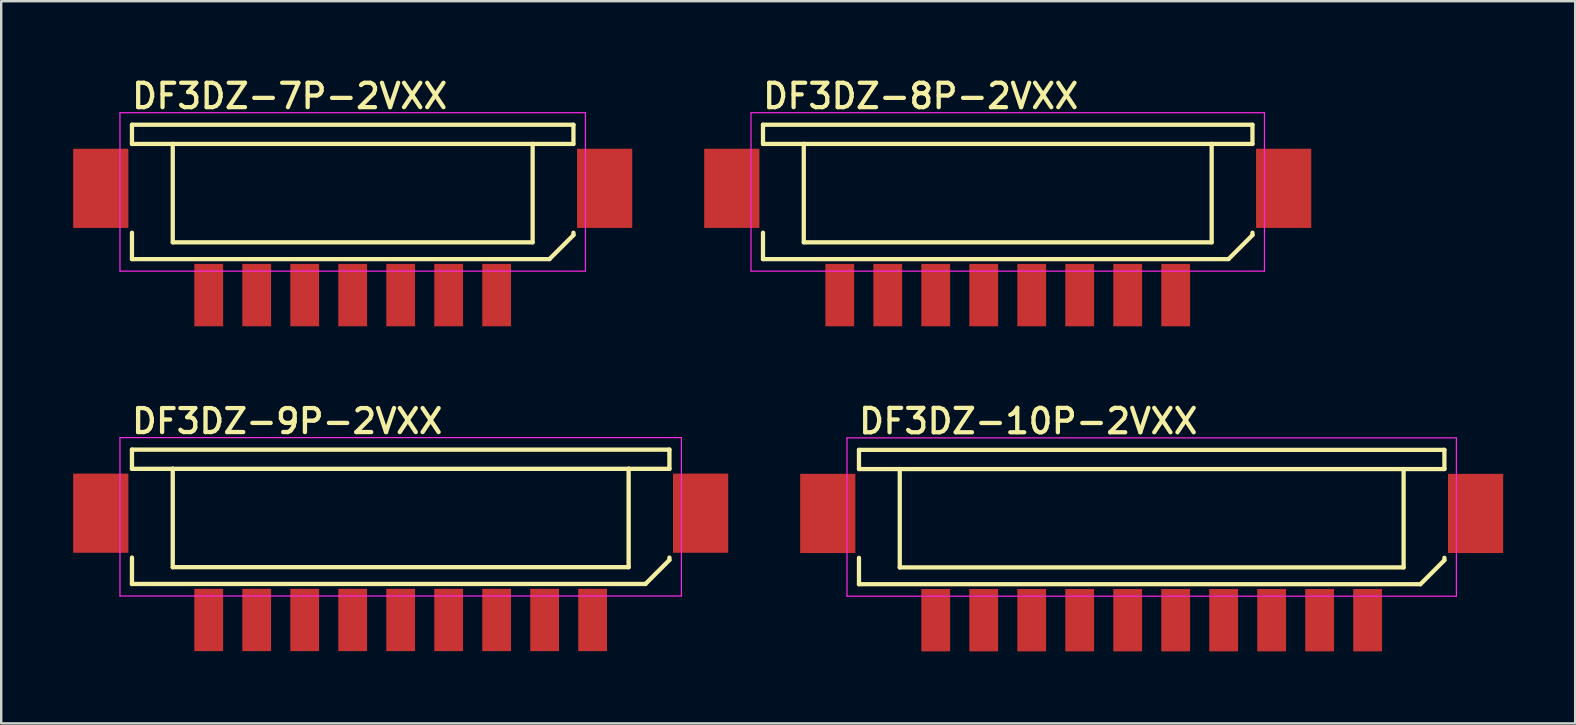
<source format=kicad_pcb>
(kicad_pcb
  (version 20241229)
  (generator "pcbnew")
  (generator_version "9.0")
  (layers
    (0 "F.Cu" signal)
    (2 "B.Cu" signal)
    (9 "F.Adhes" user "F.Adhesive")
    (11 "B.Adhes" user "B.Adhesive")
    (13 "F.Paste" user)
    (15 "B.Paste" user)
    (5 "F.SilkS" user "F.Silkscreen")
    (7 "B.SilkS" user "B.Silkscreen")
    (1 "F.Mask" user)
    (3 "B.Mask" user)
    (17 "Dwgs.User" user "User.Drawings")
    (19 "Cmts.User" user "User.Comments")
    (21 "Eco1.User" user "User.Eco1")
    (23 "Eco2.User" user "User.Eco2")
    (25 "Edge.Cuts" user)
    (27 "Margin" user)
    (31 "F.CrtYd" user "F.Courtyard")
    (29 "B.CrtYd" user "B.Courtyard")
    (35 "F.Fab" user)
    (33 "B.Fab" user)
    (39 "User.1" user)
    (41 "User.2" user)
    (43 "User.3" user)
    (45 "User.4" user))
  (footprint "DF3DZ-10P-2VXX"
    (layer "F.Cu")
    (at 44.95 22.799)
    (property "Reference" "DF3DZ-10P-2VXX" (at -12.3 -7.7 0) (layer "F.SilkS") (effects (font (size 1.016 1.016) (thickness 0.178)) (justify left bottom)))
    (attr through_hole)
    (fp_line (start -12.2 -7.1) (end -12.2 -6.3) (stroke (width 0.178) (type solid)) (layer "F.SilkS"))
    (fp_line (start -12.2 -7.1) (end 12.2 -7.1) (stroke (width 0.178) (type solid)) (layer "F.SilkS"))
    (fp_line (start -12.2 -1.5) (end -12.2 -2.6) (stroke (width 0.178) (type solid)) (layer "F.SilkS"))
    (fp_line (start -12.2 -1.5) (end 11.2 -1.5) (stroke (width 0.178) (type solid)) (layer "F.SilkS"))
    (fp_line (start -10.5 -6.3) (end -12.2 -6.3) (stroke (width 0.178) (type solid)) (layer "F.SilkS"))
    (fp_line (start -10.5 -6.3) (end -10.5 -2.2) (stroke (width 0.178) (type solid)) (layer "F.SilkS"))
    (fp_line (start -10.5 -6.3) (end 10.5 -6.3) (stroke (width 0.178) (type solid)) (layer "F.SilkS"))
    (fp_line (start -10.5 -2.2) (end 10.5 -2.2) (stroke (width 0.178) (type solid)) (layer "F.SilkS"))
    (fp_line (start 10.5 -6.3) (end 12.2 -6.3) (stroke (width 0.178) (type solid)) (layer "F.SilkS"))
    (fp_line (start 10.5 -2.2) (end 10.5 -6.3) (stroke (width 0.178) (type solid)) (layer "F.SilkS"))
    (fp_line (start 11.2 -1.5) (end 12.2 -2.5) (stroke (width 0.178) (type solid)) (layer "F.SilkS"))
    (fp_line (start 12.2 -7.1) (end 12.2 -6.3) (stroke (width 0.178) (type solid)) (layer "F.SilkS"))
    (fp_line (start 12.2 -2.5) (end 12.2 -2.6) (stroke (width 0.178) (type solid)) (layer "F.SilkS"))
    (fp_line (start -12.7 -7.6) (end 12.7 -7.6) (stroke (width 0.05) (type solid)) (layer "F.CrtYd"))
    (fp_line (start -12.7 -1) (end -12.7 -7.6) (stroke (width 0.05) (type solid)) (layer "F.CrtYd"))
    (fp_line (start 12.7 -7.6) (end 12.7 -1) (stroke (width 0.05) (type solid)) (layer "F.CrtYd"))
    (fp_line (start 12.7 -1) (end -12.7 -1) (stroke (width 0.05) (type solid)) (layer "F.CrtYd"))
    (pad "1" smd rect (at 9 0) (size 1.2 2.6) (layers "F.Cu" "F.Mask" "F.Paste"))
    (pad "2" smd rect (at 7 0) (size 1.2 2.6) (layers "F.Cu" "F.Mask" "F.Paste"))
    (pad "3" smd rect (at 5 0 180) (size 1.2 2.6) (layers "F.Cu" "F.Mask" "F.Paste"))
    (pad "4" smd rect (at 3 0 180) (size 1.2 2.6) (layers "F.Cu" "F.Mask" "F.Paste"))
    (pad "5" smd rect (at 1 0 180) (size 1.2 2.6) (layers "F.Cu" "F.Mask" "F.Paste"))
    (pad "6" smd rect (at -1 0 180) (size 1.2 2.6) (layers "F.Cu" "F.Mask" "F.Paste"))
    (pad "7" smd rect (at -3 0 180) (size 1.2 2.6) (layers "F.Cu" "F.Mask" "F.Paste"))
    (pad "8" smd rect (at -5 0 180) (size 1.2 2.6) (layers "F.Cu" "F.Mask" "F.Paste"))
    (pad "9" smd rect (at -7 0 180) (size 1.2 2.6) (layers "F.Cu" "F.Mask" "F.Paste"))
    (pad "10" smd rect (at -9 0 180) (size 1.2 2.6) (layers "F.Cu" "F.Mask" "F.Paste"))
    (pad "TAB" smd rect (at -13.5 -4.45) (size 2.3 3.3) (layers "F.Cu" "F.Mask" "F.Paste"))
    (pad "TAB" smd rect (at 13.5 -4.45) (size 2.3 3.3) (layers "F.Cu" "F.Mask" "F.Paste")))
  (footprint "DF3DZ-8P-2VXX"
    (layer "F.Cu")
    (at 38.95 9.249)
    (property "Reference" "DF3DZ-8P-2VXX" (at -10.3 -7.7 0) (layer "F.SilkS") (effects (font (size 1.016 1.016) (thickness 0.178)) (justify left bottom)))
    (attr through_hole)
    (fp_line (start -10.2 -7.1) (end -10.2 -6.3) (stroke (width 0.178) (type solid)) (layer "F.SilkS"))
    (fp_line (start -10.2 -7.1) (end 10.2 -7.1) (stroke (width 0.178) (type solid)) (layer "F.SilkS"))
    (fp_line (start -10.2 -1.5) (end -10.2 -2.6) (stroke (width 0.178) (type solid)) (layer "F.SilkS"))
    (fp_line (start -10.2 -1.5) (end 9.2 -1.5) (stroke (width 0.178) (type solid)) (layer "F.SilkS"))
    (fp_line (start -8.5 -6.3) (end -10.2 -6.3) (stroke (width 0.178) (type solid)) (layer "F.SilkS"))
    (fp_line (start -8.5 -6.3) (end -8.5 -2.2) (stroke (width 0.178) (type solid)) (layer "F.SilkS"))
    (fp_line (start -8.5 -6.3) (end 8.5 -6.3) (stroke (width 0.178) (type solid)) (layer "F.SilkS"))
    (fp_line (start -8.5 -2.2) (end 8.5 -2.2) (stroke (width 0.178) (type solid)) (layer "F.SilkS"))
    (fp_line (start 8.5 -6.3) (end 10.2 -6.3) (stroke (width 0.178) (type solid)) (layer "F.SilkS"))
    (fp_line (start 8.5 -2.2) (end 8.5 -6.3) (stroke (width 0.178) (type solid)) (layer "F.SilkS"))
    (fp_line (start 9.2 -1.5) (end 10.2 -2.5) (stroke (width 0.178) (type solid)) (layer "F.SilkS"))
    (fp_line (start 10.2 -7.1) (end 10.2 -6.3) (stroke (width 0.178) (type solid)) (layer "F.SilkS"))
    (fp_line (start 10.2 -2.5) (end 10.2 -2.6) (stroke (width 0.178) (type solid)) (layer "F.SilkS"))
    (fp_line (start -10.7 -7.6) (end 10.7 -7.6) (stroke (width 0.05) (type solid)) (layer "F.CrtYd"))
    (fp_line (start -10.7 -1) (end -10.7 -7.6) (stroke (width 0.05) (type solid)) (layer "F.CrtYd"))
    (fp_line (start 10.7 -7.6) (end 10.7 -1) (stroke (width 0.05) (type solid)) (layer "F.CrtYd"))
    (fp_line (start 10.7 -1) (end -10.7 -1) (stroke (width 0.05) (type solid)) (layer "F.CrtYd"))
    (pad "1" smd rect (at 7 0) (size 1.2 2.6) (layers "F.Cu" "F.Mask" "F.Paste"))
    (pad "2" smd rect (at 5 0) (size 1.2 2.6) (layers "F.Cu" "F.Mask" "F.Paste"))
    (pad "3" smd rect (at 3 0 180) (size 1.2 2.6) (layers "F.Cu" "F.Mask" "F.Paste"))
    (pad "4" smd rect (at 1 0 180) (size 1.2 2.6) (layers "F.Cu" "F.Mask" "F.Paste"))
    (pad "5" smd rect (at -1 0 180) (size 1.2 2.6) (layers "F.Cu" "F.Mask" "F.Paste"))
    (pad "6" smd rect (at -3 0 180) (size 1.2 2.6) (layers "F.Cu" "F.Mask" "F.Paste"))
    (pad "7" smd rect (at -5 0 180) (size 1.2 2.6) (layers "F.Cu" "F.Mask" "F.Paste"))
    (pad "8" smd rect (at -7 0 180) (size 1.2 2.6) (layers "F.Cu" "F.Mask" "F.Paste"))
    (pad "TAB" smd rect (at -11.5 -4.45) (size 2.3 3.3) (layers "F.Cu" "F.Mask" "F.Paste"))
    (pad "TAB" smd rect (at 11.5 -4.45) (size 2.3 3.3) (layers "F.Cu" "F.Mask" "F.Paste")))
  (footprint "DF3DZ-7P-2VXX"
    (layer "F.Cu")
    (at 11.65 9.249)
    (property "Reference" "DF3DZ-7P-2VXX" (at -9.3 -7.7 0) (layer "F.SilkS") (effects (font (size 1.016 1.016) (thickness 0.178)) (justify left bottom)))
    (attr through_hole)
    (fp_line (start -9.2 -7.1) (end -9.2 -6.3) (stroke (width 0.178) (type solid)) (layer "F.SilkS"))
    (fp_line (start -9.2 -7.1) (end 9.2 -7.1) (stroke (width 0.178) (type solid)) (layer "F.SilkS"))
    (fp_line (start -9.2 -1.5) (end -9.2 -2.6) (stroke (width 0.178) (type solid)) (layer "F.SilkS"))
    (fp_line (start -9.2 -1.5) (end 8.2 -1.5) (stroke (width 0.178) (type solid)) (layer "F.SilkS"))
    (fp_line (start -7.5 -6.3) (end -9.2 -6.3) (stroke (width 0.178) (type solid)) (layer "F.SilkS"))
    (fp_line (start -7.5 -6.3) (end -7.5 -2.2) (stroke (width 0.178) (type solid)) (layer "F.SilkS"))
    (fp_line (start -7.5 -6.3) (end 7.5 -6.3) (stroke (width 0.178) (type solid)) (layer "F.SilkS"))
    (fp_line (start -7.5 -2.2) (end 7.5 -2.2) (stroke (width 0.178) (type solid)) (layer "F.SilkS"))
    (fp_line (start 7.5 -6.3) (end 9.2 -6.3) (stroke (width 0.178) (type solid)) (layer "F.SilkS"))
    (fp_line (start 7.5 -2.2) (end 7.5 -6.3) (stroke (width 0.178) (type solid)) (layer "F.SilkS"))
    (fp_line (start 8.2 -1.5) (end 9.2 -2.5) (stroke (width 0.178) (type solid)) (layer "F.SilkS"))
    (fp_line (start 9.2 -7.1) (end 9.2 -6.3) (stroke (width 0.178) (type solid)) (layer "F.SilkS"))
    (fp_line (start 9.2 -2.5) (end 9.2 -2.6) (stroke (width 0.178) (type solid)) (layer "F.SilkS"))
    (fp_line (start -9.7 -7.6) (end 9.7 -7.6) (stroke (width 0.05) (type solid)) (layer "F.CrtYd"))
    (fp_line (start -9.7 -1) (end -9.7 -7.6) (stroke (width 0.05) (type solid)) (layer "F.CrtYd"))
    (fp_line (start 9.7 -7.6) (end 9.7 -1) (stroke (width 0.05) (type solid)) (layer "F.CrtYd"))
    (fp_line (start 9.7 -1) (end -9.7 -1) (stroke (width 0.05) (type solid)) (layer "F.CrtYd"))
    (pad "1" smd rect (at 6 0) (size 1.2 2.6) (layers "F.Cu" "F.Mask" "F.Paste"))
    (pad "2" smd rect (at 4 0) (size 1.2 2.6) (layers "F.Cu" "F.Mask" "F.Paste"))
    (pad "3" smd rect (at 2 0) (size 1.2 2.6) (layers "F.Cu" "F.Mask" "F.Paste"))
    (pad "4" smd rect (at 0 0) (size 1.2 2.6) (layers "F.Cu" "F.Mask" "F.Paste"))
    (pad "5" smd rect (at -2 0) (size 1.2 2.6) (layers "F.Cu" "F.Mask" "F.Paste"))
    (pad "6" smd rect (at -4 0) (size 1.2 2.6) (layers "F.Cu" "F.Mask" "F.Paste"))
    (pad "7" smd rect (at -6 0) (size 1.2 2.6) (layers "F.Cu" "F.Mask" "F.Paste"))
    (pad "TAB" smd rect (at -10.5 -4.45) (size 2.3 3.3) (layers "F.Cu" "F.Mask" "F.Paste"))
    (pad "TAB" smd rect (at 10.5 -4.45) (size 2.3 3.3) (layers "F.Cu" "F.Mask" "F.Paste")))
  (footprint "DF3DZ-9P-2VXX"
    (layer "F.Cu")
    (at 13.65 22.789)
    (property "Reference" "DF3DZ-9P-2VXX" (at -11.3 -7.7 0) (layer "F.SilkS") (effects (font (size 1 1) (thickness 0.18)) (justify left bottom)))
    (attr through_hole)
    (fp_line (start -11.2 -7.1) (end -11.2 -6.3) (stroke (width 0.18) (type solid)) (layer "F.SilkS"))
    (fp_line (start -11.2 -7.1) (end 11.2 -7.1) (stroke (width 0.18) (type solid)) (layer "F.SilkS"))
    (fp_line (start -11.2 -1.5) (end -11.2 -2.6) (stroke (width 0.18) (type solid)) (layer "F.SilkS"))
    (fp_line (start -11.2 -1.5) (end 10.2 -1.5) (stroke (width 0.18) (type solid)) (layer "F.SilkS"))
    (fp_line (start -9.5 -6.3) (end -11.2 -6.3) (stroke (width 0.18) (type solid)) (layer "F.SilkS"))
    (fp_line (start -9.5 -6.3) (end -9.5 -2.2) (stroke (width 0.18) (type solid)) (layer "F.SilkS"))
    (fp_line (start -9.5 -6.3) (end 9.5 -6.3) (stroke (width 0.18) (type solid)) (layer "F.SilkS"))
    (fp_line (start -9.5 -2.2) (end 9.5 -2.2) (stroke (width 0.18) (type solid)) (layer "F.SilkS"))
    (fp_line (start 9.5 -6.3) (end 11.2 -6.3) (stroke (width 0.18) (type solid)) (layer "F.SilkS"))
    (fp_line (start 9.5 -2.2) (end 9.5 -6.3) (stroke (width 0.18) (type solid)) (layer "F.SilkS"))
    (fp_line (start 10.2 -1.5) (end 11.2 -2.5) (stroke (width 0.18) (type solid)) (layer "F.SilkS"))
    (fp_line (start 11.2 -7.1) (end 11.2 -6.3) (stroke (width 0.18) (type solid)) (layer "F.SilkS"))
    (fp_line (start 11.2 -2.5) (end 11.2 -2.6) (stroke (width 0.18) (type solid)) (layer "F.SilkS"))
    (fp_line (start -11.7 -7.6) (end 11.7 -7.6) (stroke (width 0.05) (type solid)) (layer "F.CrtYd"))
    (fp_line (start -11.7 -1) (end -11.7 -7.6) (stroke (width 0.05) (type solid)) (layer "F.CrtYd"))
    (fp_line (start 11.7 -7.6) (end 11.7 -1) (stroke (width 0.05) (type solid)) (layer "F.CrtYd"))
    (fp_line (start 11.7 -1) (end -11.7 -1) (stroke (width 0.05) (type solid)) (layer "F.CrtYd"))
    (pad "1" smd rect (at 8 0) (size 1.2 2.6) (layers "F.Cu" "F.Mask" "F.Paste"))
    (pad "2" smd rect (at 6 0) (size 1.2 2.6) (layers "F.Cu" "F.Mask" "F.Paste"))
    (pad "3" smd rect (at 4 0) (size 1.2 2.6) (layers "F.Cu" "F.Mask" "F.Paste"))
    (pad "4" smd rect (at 2 0) (size 1.2 2.6) (layers "F.Cu" "F.Mask" "F.Paste"))
    (pad "5" smd rect (at 0 0) (size 1.2 2.6) (layers "F.Cu" "F.Mask" "F.Paste"))
    (pad "6" smd rect (at -2 0) (size 1.2 2.6) (layers "F.Cu" "F.Mask" "F.Paste"))
    (pad "7" smd rect (at -4 0) (size 1.2 2.6) (layers "F.Cu" "F.Mask" "F.Paste"))
    (pad "8" smd rect (at -6 0) (size 1.2 2.6) (layers "F.Cu" "F.Mask" "F.Paste"))
    (pad "9" smd rect (at -8 0) (size 1.2 2.6) (layers "F.Cu" "F.Mask" "F.Paste"))
    (pad "TAB" smd rect (at -12.5 -4.45) (size 2.3 3.3) (layers "F.Cu" "F.Mask" "F.Paste"))
    (pad "TAB" smd rect (at 12.5 -4.45) (size 2.3 3.3) (layers "F.Cu" "F.Mask" "F.Paste")))
  (gr_rect
    (start -3 -3)
    (end 62.6 27.099)
    (stroke (width 0.1) (type default))
    (fill no)
    (layer "Edge.Cuts")))
</source>
